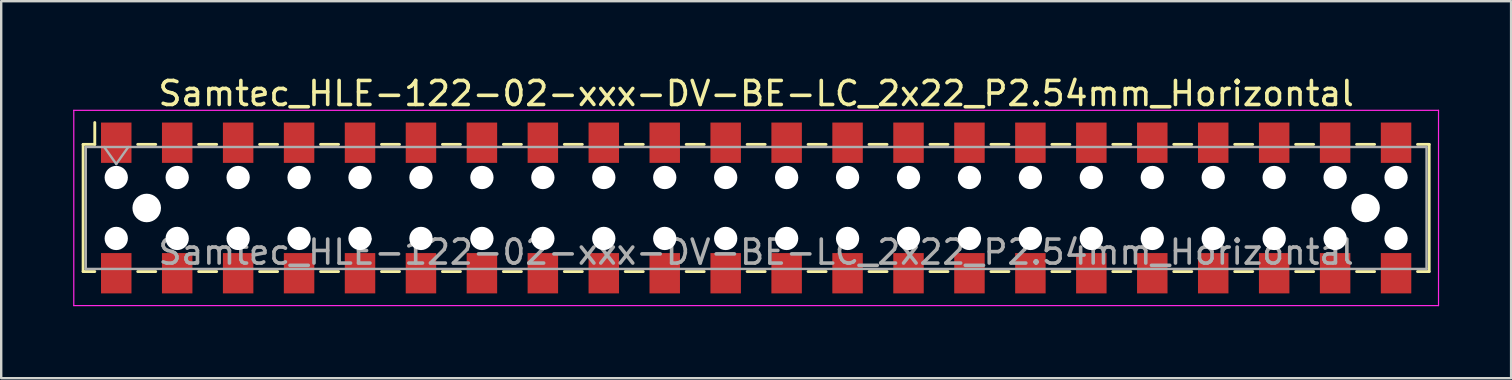
<source format=kicad_pcb>
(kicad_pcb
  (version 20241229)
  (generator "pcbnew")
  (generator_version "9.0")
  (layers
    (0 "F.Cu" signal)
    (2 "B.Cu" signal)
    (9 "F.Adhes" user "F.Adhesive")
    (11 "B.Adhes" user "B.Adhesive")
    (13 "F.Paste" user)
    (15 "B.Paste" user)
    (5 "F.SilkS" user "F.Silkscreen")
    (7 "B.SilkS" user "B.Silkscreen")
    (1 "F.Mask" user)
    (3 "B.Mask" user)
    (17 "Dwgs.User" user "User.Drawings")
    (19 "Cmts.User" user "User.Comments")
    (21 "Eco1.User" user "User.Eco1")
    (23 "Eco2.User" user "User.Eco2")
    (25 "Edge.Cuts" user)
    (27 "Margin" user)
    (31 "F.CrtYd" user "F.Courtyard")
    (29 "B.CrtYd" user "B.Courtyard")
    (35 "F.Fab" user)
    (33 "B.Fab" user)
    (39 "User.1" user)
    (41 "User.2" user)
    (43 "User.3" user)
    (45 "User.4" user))
  (footprint "Samtec_HLE-122-02-xxx-DV-BE-LC_2x22_P2.54mm_Horizontal"
    (layer "F.Cu")
    (at 28.465 5.618)
    (property "Reference" "Samtec_HLE-122-02-xxx-DV-BE-LC_2x22_P2.54mm_Horizontal" (at 0 -4.77 0) (layer "F.SilkS") (effects (font (size 1 1) (thickness 0.15))))
    (attr smd)
    (fp_line (start -28.05 -2.65) (end -28.05 2.65) (stroke (width 0.12) (type solid)) (layer "F.SilkS"))
    (fp_line (start -28.05 2.65) (end -27.565 2.65) (stroke (width 0.12) (type solid)) (layer "F.SilkS"))
    (fp_line (start -27.565 -3.56) (end -27.565 -2.65) (stroke (width 0.12) (type solid)) (layer "F.SilkS"))
    (fp_line (start -27.565 -2.65) (end -28.05 -2.65) (stroke (width 0.12) (type solid)) (layer "F.SilkS"))
    (fp_line (start -25.775 -2.65) (end -25.025 -2.65) (stroke (width 0.12) (type solid)) (layer "F.SilkS"))
    (fp_line (start -25.775 2.65) (end -25.025 2.65) (stroke (width 0.12) (type solid)) (layer "F.SilkS"))
    (fp_line (start -23.235 -2.65) (end -22.485 -2.65) (stroke (width 0.12) (type solid)) (layer "F.SilkS"))
    (fp_line (start -23.235 2.65) (end -22.485 2.65) (stroke (width 0.12) (type solid)) (layer "F.SilkS"))
    (fp_line (start -20.695 -2.65) (end -19.945 -2.65) (stroke (width 0.12) (type solid)) (layer "F.SilkS"))
    (fp_line (start -20.695 2.65) (end -19.945 2.65) (stroke (width 0.12) (type solid)) (layer "F.SilkS"))
    (fp_line (start -18.155 -2.65) (end -17.405 -2.65) (stroke (width 0.12) (type solid)) (layer "F.SilkS"))
    (fp_line (start -18.155 2.65) (end -17.405 2.65) (stroke (width 0.12) (type solid)) (layer "F.SilkS"))
    (fp_line (start -15.615 -2.65) (end -14.865 -2.65) (stroke (width 0.12) (type solid)) (layer "F.SilkS"))
    (fp_line (start -15.615 2.65) (end -14.865 2.65) (stroke (width 0.12) (type solid)) (layer "F.SilkS"))
    (fp_line (start -13.075 -2.65) (end -12.325 -2.65) (stroke (width 0.12) (type solid)) (layer "F.SilkS"))
    (fp_line (start -13.075 2.65) (end -12.325 2.65) (stroke (width 0.12) (type solid)) (layer "F.SilkS"))
    (fp_line (start -10.535 -2.65) (end -9.785 -2.65) (stroke (width 0.12) (type solid)) (layer "F.SilkS"))
    (fp_line (start -10.535 2.65) (end -9.785 2.65) (stroke (width 0.12) (type solid)) (layer "F.SilkS"))
    (fp_line (start -7.995 -2.65) (end -7.245 -2.65) (stroke (width 0.12) (type solid)) (layer "F.SilkS"))
    (fp_line (start -7.995 2.65) (end -7.245 2.65) (stroke (width 0.12) (type solid)) (layer "F.SilkS"))
    (fp_line (start -5.455 -2.65) (end -4.705 -2.65) (stroke (width 0.12) (type solid)) (layer "F.SilkS"))
    (fp_line (start -5.455 2.65) (end -4.705 2.65) (stroke (width 0.12) (type solid)) (layer "F.SilkS"))
    (fp_line (start -2.915 -2.65) (end -2.165 -2.65) (stroke (width 0.12) (type solid)) (layer "F.SilkS"))
    (fp_line (start -2.915 2.65) (end -2.165 2.65) (stroke (width 0.12) (type solid)) (layer "F.SilkS"))
    (fp_line (start -0.375 -2.65) (end 0.375 -2.65) (stroke (width 0.12) (type solid)) (layer "F.SilkS"))
    (fp_line (start -0.375 2.65) (end 0.375 2.65) (stroke (width 0.12) (type solid)) (layer "F.SilkS"))
    (fp_line (start 2.165 -2.65) (end 2.915 -2.65) (stroke (width 0.12) (type solid)) (layer "F.SilkS"))
    (fp_line (start 2.165 2.65) (end 2.915 2.65) (stroke (width 0.12) (type solid)) (layer "F.SilkS"))
    (fp_line (start 4.705 -2.65) (end 5.455 -2.65) (stroke (width 0.12) (type solid)) (layer "F.SilkS"))
    (fp_line (start 4.705 2.65) (end 5.455 2.65) (stroke (width 0.12) (type solid)) (layer "F.SilkS"))
    (fp_line (start 7.245 -2.65) (end 7.995 -2.65) (stroke (width 0.12) (type solid)) (layer "F.SilkS"))
    (fp_line (start 7.245 2.65) (end 7.995 2.65) (stroke (width 0.12) (type solid)) (layer "F.SilkS"))
    (fp_line (start 9.785 -2.65) (end 10.535 -2.65) (stroke (width 0.12) (type solid)) (layer "F.SilkS"))
    (fp_line (start 9.785 2.65) (end 10.535 2.65) (stroke (width 0.12) (type solid)) (layer "F.SilkS"))
    (fp_line (start 12.325 -2.65) (end 13.075 -2.65) (stroke (width 0.12) (type solid)) (layer "F.SilkS"))
    (fp_line (start 12.325 2.65) (end 13.075 2.65) (stroke (width 0.12) (type solid)) (layer "F.SilkS"))
    (fp_line (start 14.865 -2.65) (end 15.615 -2.65) (stroke (width 0.12) (type solid)) (layer "F.SilkS"))
    (fp_line (start 14.865 2.65) (end 15.615 2.65) (stroke (width 0.12) (type solid)) (layer "F.SilkS"))
    (fp_line (start 17.405 -2.65) (end 18.155 -2.65) (stroke (width 0.12) (type solid)) (layer "F.SilkS"))
    (fp_line (start 17.405 2.65) (end 18.155 2.65) (stroke (width 0.12) (type solid)) (layer "F.SilkS"))
    (fp_line (start 19.945 -2.65) (end 20.695 -2.65) (stroke (width 0.12) (type solid)) (layer "F.SilkS"))
    (fp_line (start 19.945 2.65) (end 20.695 2.65) (stroke (width 0.12) (type solid)) (layer "F.SilkS"))
    (fp_line (start 22.485 -2.65) (end 23.235 -2.65) (stroke (width 0.12) (type solid)) (layer "F.SilkS"))
    (fp_line (start 22.485 2.65) (end 23.235 2.65) (stroke (width 0.12) (type solid)) (layer "F.SilkS"))
    (fp_line (start 25.025 -2.65) (end 25.775 -2.65) (stroke (width 0.12) (type solid)) (layer "F.SilkS"))
    (fp_line (start 25.025 2.65) (end 25.775 2.65) (stroke (width 0.12) (type solid)) (layer "F.SilkS"))
    (fp_line (start 27.565 -2.65) (end 28.05 -2.65) (stroke (width 0.12) (type solid)) (layer "F.SilkS"))
    (fp_line (start 28.05 -2.65) (end 28.05 2.65) (stroke (width 0.12) (type solid)) (layer "F.SilkS"))
    (fp_line (start 28.05 2.65) (end 27.565 2.65) (stroke (width 0.12) (type solid)) (layer "F.SilkS"))
    (fp_line (start -28.44 -4.07) (end 28.44 -4.07) (stroke (width 0.05) (type solid)) (layer "F.CrtYd"))
    (fp_line (start -28.44 4.07) (end -28.44 -4.07) (stroke (width 0.05) (type solid)) (layer "F.CrtYd"))
    (fp_line (start 28.44 -4.07) (end 28.44 4.07) (stroke (width 0.05) (type solid)) (layer "F.CrtYd"))
    (fp_line (start 28.44 4.07) (end -28.44 4.07) (stroke (width 0.05) (type solid)) (layer "F.CrtYd"))
    (fp_line (start -27.94 -2.54) (end 27.94 -2.54) (stroke (width 0.1) (type solid)) (layer "F.Fab"))
    (fp_line (start -27.94 2.54) (end -27.94 -2.54) (stroke (width 0.1) (type solid)) (layer "F.Fab"))
    (fp_line (start -27.17 -2.54) (end -26.67 -1.833) (stroke (width 0.1) (type solid)) (layer "F.Fab"))
    (fp_line (start -26.67 -1.833) (end -26.17 -2.54) (stroke (width 0.1) (type solid)) (layer "F.Fab"))
    (fp_line (start 27.94 -2.54) (end 27.94 2.54) (stroke (width 0.1) (type solid)) (layer "F.Fab"))
    (fp_line (start 27.94 2.54) (end -27.94 2.54) (stroke (width 0.1) (type solid)) (layer "F.Fab"))
    (fp_text user "${REFERENCE}" (at 0 1.84 0) (layer "F.Fab") (effects (font (size 1 1) (thickness 0.15))))
    (pad "" np_thru_hole circle (at -26.67 -1.27) (size 0.97 0.97) (drill 0.97) (layers "*.Cu" "*.Mask"))
    (pad "" np_thru_hole circle (at -26.67 1.27) (size 0.97 0.97) (drill 0.97) (layers "*.Cu" "*.Mask"))
    (pad "" np_thru_hole circle (at -25.4 0) (size 1.19 1.19) (drill 1.19) (layers "*.Cu" "*.Mask"))
    (pad "" np_thru_hole circle (at -24.13 -1.27) (size 0.97 0.97) (drill 0.97) (layers "*.Cu" "*.Mask"))
    (pad "" np_thru_hole circle (at -24.13 1.27) (size 0.97 0.97) (drill 0.97) (layers "*.Cu" "*.Mask"))
    (pad "" np_thru_hole circle (at -21.59 -1.27) (size 0.97 0.97) (drill 0.97) (layers "*.Cu" "*.Mask"))
    (pad "" np_thru_hole circle (at -21.59 1.27) (size 0.97 0.97) (drill 0.97) (layers "*.Cu" "*.Mask"))
    (pad "" np_thru_hole circle (at -19.05 -1.27) (size 0.97 0.97) (drill 0.97) (layers "*.Cu" "*.Mask"))
    (pad "" np_thru_hole circle (at -19.05 1.27) (size 0.97 0.97) (drill 0.97) (layers "*.Cu" "*.Mask"))
    (pad "" np_thru_hole circle (at -16.51 -1.27) (size 0.97 0.97) (drill 0.97) (layers "*.Cu" "*.Mask"))
    (pad "" np_thru_hole circle (at -16.51 1.27) (size 0.97 0.97) (drill 0.97) (layers "*.Cu" "*.Mask"))
    (pad "" np_thru_hole circle (at -13.97 -1.27) (size 0.97 0.97) (drill 0.97) (layers "*.Cu" "*.Mask"))
    (pad "" np_thru_hole circle (at -13.97 1.27) (size 0.97 0.97) (drill 0.97) (layers "*.Cu" "*.Mask"))
    (pad "" np_thru_hole circle (at -11.43 -1.27) (size 0.97 0.97) (drill 0.97) (layers "*.Cu" "*.Mask"))
    (pad "" np_thru_hole circle (at -11.43 1.27) (size 0.97 0.97) (drill 0.97) (layers "*.Cu" "*.Mask"))
    (pad "" np_thru_hole circle (at -8.89 -1.27) (size 0.97 0.97) (drill 0.97) (layers "*.Cu" "*.Mask"))
    (pad "" np_thru_hole circle (at -8.89 1.27) (size 0.97 0.97) (drill 0.97) (layers "*.Cu" "*.Mask"))
    (pad "" np_thru_hole circle (at -6.35 -1.27) (size 0.97 0.97) (drill 0.97) (layers "*.Cu" "*.Mask"))
    (pad "" np_thru_hole circle (at -6.35 1.27) (size 0.97 0.97) (drill 0.97) (layers "*.Cu" "*.Mask"))
    (pad "" np_thru_hole circle (at -3.81 -1.27) (size 0.97 0.97) (drill 0.97) (layers "*.Cu" "*.Mask"))
    (pad "" np_thru_hole circle (at -3.81 1.27) (size 0.97 0.97) (drill 0.97) (layers "*.Cu" "*.Mask"))
    (pad "" np_thru_hole circle (at -1.27 -1.27) (size 0.97 0.97) (drill 0.97) (layers "*.Cu" "*.Mask"))
    (pad "" np_thru_hole circle (at -1.27 1.27) (size 0.97 0.97) (drill 0.97) (layers "*.Cu" "*.Mask"))
    (pad "" np_thru_hole circle (at 1.27 -1.27) (size 0.97 0.97) (drill 0.97) (layers "*.Cu" "*.Mask"))
    (pad "" np_thru_hole circle (at 1.27 1.27) (size 0.97 0.97) (drill 0.97) (layers "*.Cu" "*.Mask"))
    (pad "" np_thru_hole circle (at 3.81 -1.27) (size 0.97 0.97) (drill 0.97) (layers "*.Cu" "*.Mask"))
    (pad "" np_thru_hole circle (at 3.81 1.27) (size 0.97 0.97) (drill 0.97) (layers "*.Cu" "*.Mask"))
    (pad "" np_thru_hole circle (at 6.35 -1.27) (size 0.97 0.97) (drill 0.97) (layers "*.Cu" "*.Mask"))
    (pad "" np_thru_hole circle (at 6.35 1.27) (size 0.97 0.97) (drill 0.97) (layers "*.Cu" "*.Mask"))
    (pad "" np_thru_hole circle (at 8.89 -1.27) (size 0.97 0.97) (drill 0.97) (layers "*.Cu" "*.Mask"))
    (pad "" np_thru_hole circle (at 8.89 1.27) (size 0.97 0.97) (drill 0.97) (layers "*.Cu" "*.Mask"))
    (pad "" np_thru_hole circle (at 11.43 -1.27) (size 0.97 0.97) (drill 0.97) (layers "*.Cu" "*.Mask"))
    (pad "" np_thru_hole circle (at 11.43 1.27) (size 0.97 0.97) (drill 0.97) (layers "*.Cu" "*.Mask"))
    (pad "" np_thru_hole circle (at 13.97 -1.27) (size 0.97 0.97) (drill 0.97) (layers "*.Cu" "*.Mask"))
    (pad "" np_thru_hole circle (at 13.97 1.27) (size 0.97 0.97) (drill 0.97) (layers "*.Cu" "*.Mask"))
    (pad "" np_thru_hole circle (at 16.51 -1.27) (size 0.97 0.97) (drill 0.97) (layers "*.Cu" "*.Mask"))
    (pad "" np_thru_hole circle (at 16.51 1.27) (size 0.97 0.97) (drill 0.97) (layers "*.Cu" "*.Mask"))
    (pad "" np_thru_hole circle (at 19.05 -1.27) (size 0.97 0.97) (drill 0.97) (layers "*.Cu" "*.Mask"))
    (pad "" np_thru_hole circle (at 19.05 1.27) (size 0.97 0.97) (drill 0.97) (layers "*.Cu" "*.Mask"))
    (pad "" np_thru_hole circle (at 21.59 -1.27) (size 0.97 0.97) (drill 0.97) (layers "*.Cu" "*.Mask"))
    (pad "" np_thru_hole circle (at 21.59 1.27) (size 0.97 0.97) (drill 0.97) (layers "*.Cu" "*.Mask"))
    (pad "" np_thru_hole circle (at 24.13 -1.27) (size 0.97 0.97) (drill 0.97) (layers "*.Cu" "*.Mask"))
    (pad "" np_thru_hole circle (at 24.13 1.27) (size 0.97 0.97) (drill 0.97) (layers "*.Cu" "*.Mask"))
    (pad "" np_thru_hole circle (at 25.4 0) (size 1.19 1.19) (drill 1.19) (layers "*.Cu" "*.Mask"))
    (pad "" np_thru_hole circle (at 26.67 -1.27) (size 0.97 0.97) (drill 0.97) (layers "*.Cu" "*.Mask"))
    (pad "" np_thru_hole circle (at 26.67 1.27) (size 0.97 0.97) (drill 0.97) (layers "*.Cu" "*.Mask"))
    (pad "1" smd rect (at -26.67 -2.72) (size 1.27 1.68) (layers "F.Cu" "F.Mask" "F.Paste"))
    (pad "2" smd rect (at -26.67 2.72) (size 1.27 1.68) (layers "F.Cu" "F.Mask" "F.Paste"))
    (pad "3" smd rect (at -24.13 -2.72) (size 1.27 1.68) (layers "F.Cu" "F.Mask" "F.Paste"))
    (pad "4" smd rect (at -24.13 2.72) (size 1.27 1.68) (layers "F.Cu" "F.Mask" "F.Paste"))
    (pad "5" smd rect (at -21.59 -2.72) (size 1.27 1.68) (layers "F.Cu" "F.Mask" "F.Paste"))
    (pad "6" smd rect (at -21.59 2.72) (size 1.27 1.68) (layers "F.Cu" "F.Mask" "F.Paste"))
    (pad "7" smd rect (at -19.05 -2.72) (size 1.27 1.68) (layers "F.Cu" "F.Mask" "F.Paste"))
    (pad "8" smd rect (at -19.05 2.72) (size 1.27 1.68) (layers "F.Cu" "F.Mask" "F.Paste"))
    (pad "9" smd rect (at -16.51 -2.72) (size 1.27 1.68) (layers "F.Cu" "F.Mask" "F.Paste"))
    (pad "10" smd rect (at -16.51 2.72) (size 1.27 1.68) (layers "F.Cu" "F.Mask" "F.Paste"))
    (pad "11" smd rect (at -13.97 -2.72) (size 1.27 1.68) (layers "F.Cu" "F.Mask" "F.Paste"))
    (pad "12" smd rect (at -13.97 2.72) (size 1.27 1.68) (layers "F.Cu" "F.Mask" "F.Paste"))
    (pad "13" smd rect (at -11.43 -2.72) (size 1.27 1.68) (layers "F.Cu" "F.Mask" "F.Paste"))
    (pad "14" smd rect (at -11.43 2.72) (size 1.27 1.68) (layers "F.Cu" "F.Mask" "F.Paste"))
    (pad "15" smd rect (at -8.89 -2.72) (size 1.27 1.68) (layers "F.Cu" "F.Mask" "F.Paste"))
    (pad "16" smd rect (at -8.89 2.72) (size 1.27 1.68) (layers "F.Cu" "F.Mask" "F.Paste"))
    (pad "17" smd rect (at -6.35 -2.72) (size 1.27 1.68) (layers "F.Cu" "F.Mask" "F.Paste"))
    (pad "18" smd rect (at -6.35 2.72) (size 1.27 1.68) (layers "F.Cu" "F.Mask" "F.Paste"))
    (pad "19" smd rect (at -3.81 -2.72) (size 1.27 1.68) (layers "F.Cu" "F.Mask" "F.Paste"))
    (pad "20" smd rect (at -3.81 2.72) (size 1.27 1.68) (layers "F.Cu" "F.Mask" "F.Paste"))
    (pad "21" smd rect (at -1.27 -2.72) (size 1.27 1.68) (layers "F.Cu" "F.Mask" "F.Paste"))
    (pad "22" smd rect (at -1.27 2.72) (size 1.27 1.68) (layers "F.Cu" "F.Mask" "F.Paste"))
    (pad "23" smd rect (at 1.27 -2.72) (size 1.27 1.68) (layers "F.Cu" "F.Mask" "F.Paste"))
    (pad "24" smd rect (at 1.27 2.72) (size 1.27 1.68) (layers "F.Cu" "F.Mask" "F.Paste"))
    (pad "25" smd rect (at 3.81 -2.72) (size 1.27 1.68) (layers "F.Cu" "F.Mask" "F.Paste"))
    (pad "26" smd rect (at 3.81 2.72) (size 1.27 1.68) (layers "F.Cu" "F.Mask" "F.Paste"))
    (pad "27" smd rect (at 6.35 -2.72) (size 1.27 1.68) (layers "F.Cu" "F.Mask" "F.Paste"))
    (pad "28" smd rect (at 6.35 2.72) (size 1.27 1.68) (layers "F.Cu" "F.Mask" "F.Paste"))
    (pad "29" smd rect (at 8.89 -2.72) (size 1.27 1.68) (layers "F.Cu" "F.Mask" "F.Paste"))
    (pad "30" smd rect (at 8.89 2.72) (size 1.27 1.68) (layers "F.Cu" "F.Mask" "F.Paste"))
    (pad "31" smd rect (at 11.43 -2.72) (size 1.27 1.68) (layers "F.Cu" "F.Mask" "F.Paste"))
    (pad "32" smd rect (at 11.43 2.72) (size 1.27 1.68) (layers "F.Cu" "F.Mask" "F.Paste"))
    (pad "33" smd rect (at 13.97 -2.72) (size 1.27 1.68) (layers "F.Cu" "F.Mask" "F.Paste"))
    (pad "34" smd rect (at 13.97 2.72) (size 1.27 1.68) (layers "F.Cu" "F.Mask" "F.Paste"))
    (pad "35" smd rect (at 16.51 -2.72) (size 1.27 1.68) (layers "F.Cu" "F.Mask" "F.Paste"))
    (pad "36" smd rect (at 16.51 2.72) (size 1.27 1.68) (layers "F.Cu" "F.Mask" "F.Paste"))
    (pad "37" smd rect (at 19.05 -2.72) (size 1.27 1.68) (layers "F.Cu" "F.Mask" "F.Paste"))
    (pad "38" smd rect (at 19.05 2.72) (size 1.27 1.68) (layers "F.Cu" "F.Mask" "F.Paste"))
    (pad "39" smd rect (at 21.59 -2.72) (size 1.27 1.68) (layers "F.Cu" "F.Mask" "F.Paste"))
    (pad "40" smd rect (at 21.59 2.72) (size 1.27 1.68) (layers "F.Cu" "F.Mask" "F.Paste"))
    (pad "41" smd rect (at 24.13 -2.72) (size 1.27 1.68) (layers "F.Cu" "F.Mask" "F.Paste"))
    (pad "42" smd rect (at 24.13 2.72) (size 1.27 1.68) (layers "F.Cu" "F.Mask" "F.Paste"))
    (pad "43" smd rect (at 26.67 -2.72) (size 1.27 1.68) (layers "F.Cu" "F.Mask" "F.Paste"))
    (pad "44" smd rect (at 26.67 2.72) (size 1.27 1.68) (layers "F.Cu" "F.Mask" "F.Paste")))
  (gr_rect
    (start -3 -3)
    (end 59.93 12.713)
    (stroke (width 0.1) (type default))
    (fill no)
    (layer "Edge.Cuts")))
</source>
